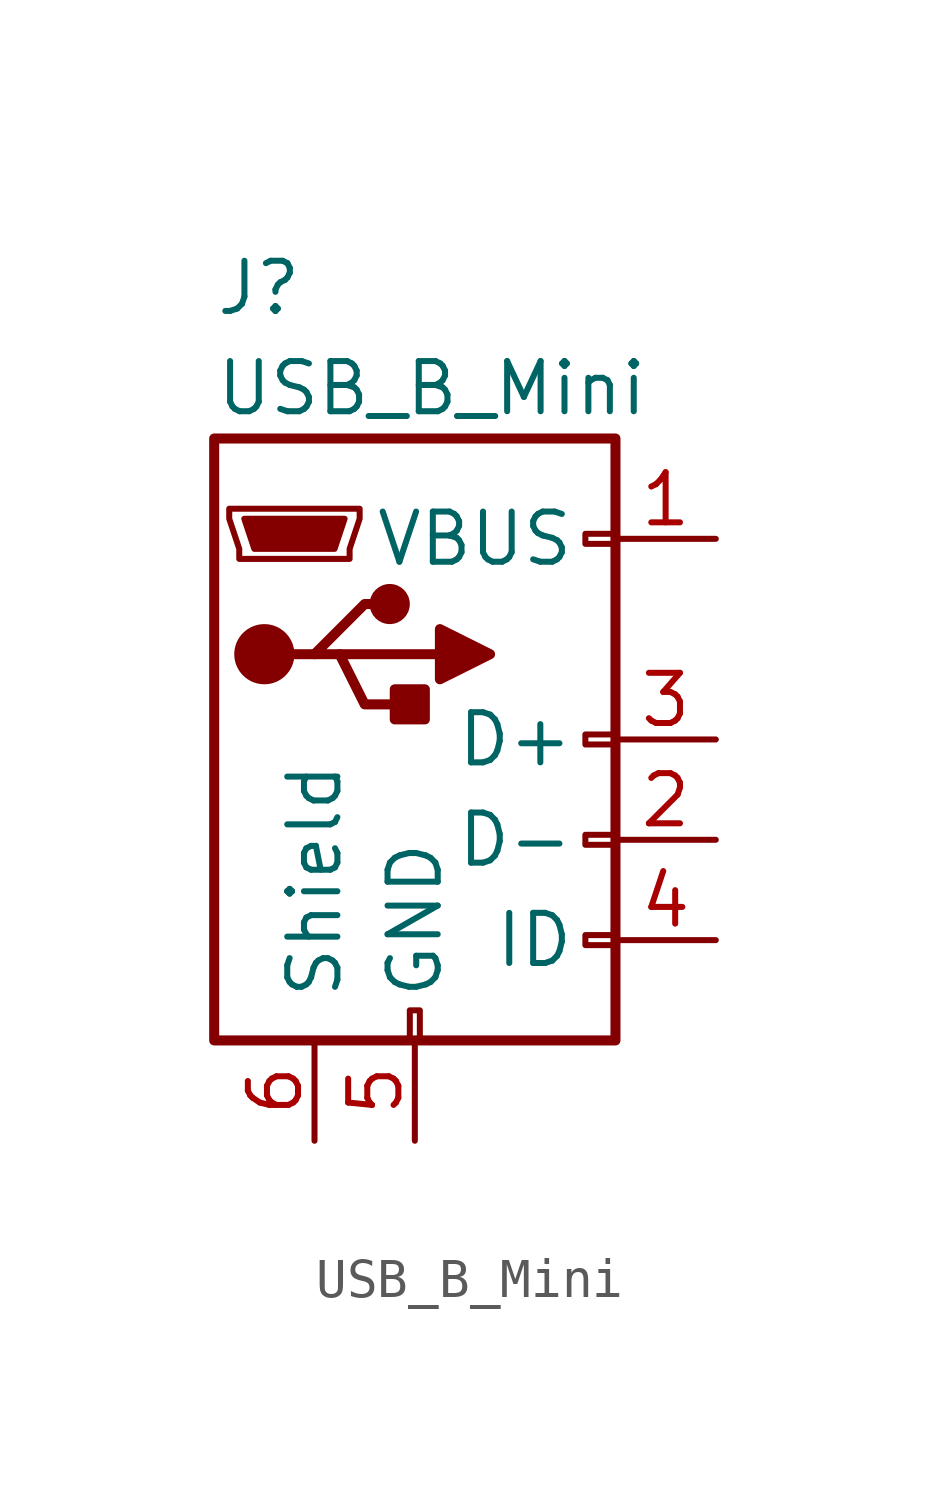
<source format=kicad_sym>
(kicad_symbol_lib
  (version 20211014)
  (generator kicad_symbol_editor)
  (symbol "USB_B_Mini"
    (pin_names
      (offset 1.016))
    (property "Reference" "J"
      (at -5.08 11.43 0)
      (effects (font (size 1.27 1.27)) (justify left)))
    (property "Value" "USB_B_Mini"
      (at -5.08 8.89 0)
      (effects (font (size 1.27 1.27)) (justify left)))
    (symbol "USB_B_Mini_0_1"
      (rectangle (start -5.08 -7.62) (end 5.08 7.62) (stroke (width 0.254) (type default) (color 0 0 0 0)) (fill (type none)))
      (circle (center -3.81 2.159) (radius 0.635) (stroke (width 0.254) (type default) (color 0 0 0 0)) (fill (type outline)))
      (circle (center -0.635 3.429) (radius 0.381) (stroke (width 0.254) (type default) (color 0 0 0 0)) (fill (type outline)))
      (rectangle (start -0.127 -7.62) (end 0.127 -6.858) (stroke (width 0) (type default) (color 0 0 0 0)) (fill (type none)))
      (polyline (pts (xy -1.905 2.159) (xy 0.635 2.159)) (stroke (width 0.254) (type default) (color 0 0 0 0)) (fill (type none)))
      (polyline (pts (xy -3.175 2.159) (xy -2.54 2.159) (xy -1.27 3.429) (xy -0.635 3.429)) (stroke (width 0.254) (type default) (color 0 0 0 0)) (fill (type none)))
      (polyline (pts (xy -2.54 2.159) (xy -1.905 2.159) (xy -1.27 0.889) (xy 0 0.889)) (stroke (width 0.254) (type default) (color 0 0 0 0)) (fill (type none)))
      (polyline (pts (xy 0.635 2.794) (xy 0.635 1.524) (xy 1.905 2.159) (xy 0.635 2.794)) (stroke (width 0.254) (type default) (color 0 0 0 0)) (fill (type outline)))
      (polyline (pts (xy -4.318 5.588) (xy -1.778 5.588) (xy -2.032 4.826) (xy -4.064 4.826) (xy -4.318 5.588)) (stroke (width 0) (type default) (color 0 0 0 0)) (fill (type outline)))
      (polyline (pts (xy -4.699 5.842) (xy -4.699 5.588) (xy -4.445 4.826) (xy -4.445 4.572) (xy -1.651 4.572) (xy -1.651 4.826) (xy -1.397 5.588) (xy -1.397 5.842) (xy -4.699 5.842)) (stroke (width 0) (type default) (color 0 0 0 0)) (fill (type none)))
      (rectangle (start 0.254 1.27) (end -0.508 0.508) (stroke (width 0.254) (type default) (color 0 0 0 0)) (fill (type outline)))
      (rectangle (start 5.08 -5.207) (end 4.318 -4.953) (stroke (width 0) (type default) (color 0 0 0 0)) (fill (type none)))
      (rectangle (start 5.08 -2.667) (end 4.318 -2.413) (stroke (width 0) (type default) (color 0 0 0 0)) (fill (type none)))
      (rectangle (start 5.08 -0.127) (end 4.318 0.127) (stroke (width 0) (type default) (color 0 0 0 0)) (fill (type none)))
      (rectangle (start 5.08 4.953) (end 4.318 5.207) (stroke (width 0) (type default) (color 0 0 0 0)) (fill (type none))))
    (symbol "USB_B_Mini_1_1"
      (pin power_out line (at 7.62 5.08 180) (length 2.54) (name "VBUS" (effects (font (size 1.27 1.27)))) (number "1" (effects (font (size 1.27 1.27)))))
      (pin bidirectional line (at 7.62 -2.54 180) (length 2.54) (name "D-" (effects (font (size 1.27 1.27)))) (number "2" (effects (font (size 1.27 1.27)))))
      (pin bidirectional line (at 7.62 0 180) (length 2.54) (name "D+" (effects (font (size 1.27 1.27)))) (number "3" (effects (font (size 1.27 1.27)))))
      (pin passive line (at 7.62 -5.08 180) (length 2.54) (name "ID" (effects (font (size 1.27 1.27)))) (number "4" (effects (font (size 1.27 1.27)))))
      (pin power_out line (at 0 -10.16 90) (length 2.54) (name "GND" (effects (font (size 1.27 1.27)))) (number "5" (effects (font (size 1.27 1.27)))))
      (pin passive line (at -2.54 -10.16 90) (length 2.54) (name "Shield" (effects (font (size 1.27 1.27)))) (number "6" (effects (font (size 1.27 1.27))))))))
</source>
